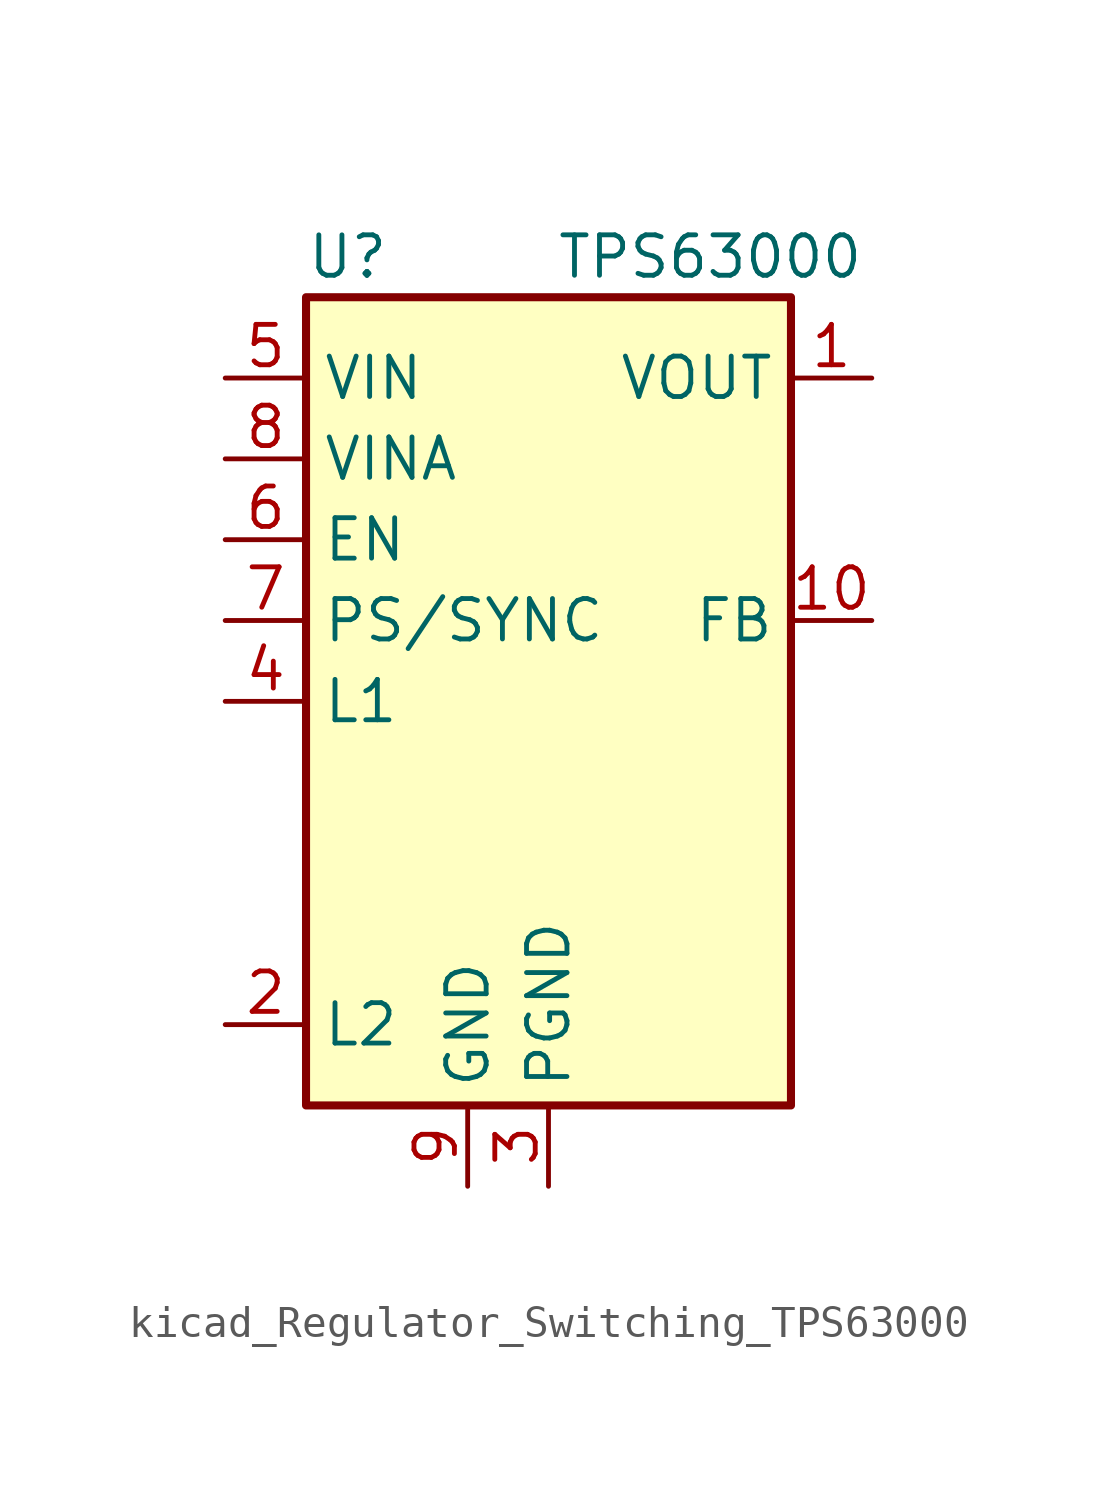
<source format=kicad_sym>
(kicad_symbol_lib
  (version 20220914)
  (generator kicad_symbol_editor)
  (symbol "kicad_Regulator_Switching_TPS63000"
    (property "Reference" "U"
      (at -7.62 13.97 0)
      (effects (font (size 1.27 1.27)) (justify left)))
    (property "Value" "TPS63000"
      (at 5.08 13.97 0)
      (effects (font (size 1.27 1.27))))
    (symbol "kicad_Regulator_Switching_TPS63000_0_1"
      (rectangle (start -7.62 12.7) (end 7.62 -12.7) (stroke (width 0.254) (type default)) (fill (type background))))
    (symbol "kicad_Regulator_Switching_TPS63000_1_1"
      (pin power_out line (at 10.16 10.16 180) (length 2.54) (name "VOUT" (effects (font (size 1.27 1.27)))) (number "1" (effects (font (size 1.27 1.27)))))
      (pin input line (at 10.16 2.54 180) (length 2.54) (name "FB" (effects (font (size 1.27 1.27)))) (number "10" (effects (font (size 1.27 1.27)))))
      (pin passive line (at 0 -15.24 90) (length 2.54) hide (name "PGND" (effects (font (size 1.27 1.27)))) (number "11" (effects (font (size 1.27 1.27)))))
      (pin input line (at -10.16 -10.16 0) (length 2.54) (name "L2" (effects (font (size 1.27 1.27)))) (number "2" (effects (font (size 1.27 1.27)))))
      (pin power_in line (at 0 -15.24 90) (length 2.54) (name "PGND" (effects (font (size 1.27 1.27)))) (number "3" (effects (font (size 1.27 1.27)))))
      (pin input line (at -10.16 0 0) (length 2.54) (name "L1" (effects (font (size 1.27 1.27)))) (number "4" (effects (font (size 1.27 1.27)))))
      (pin power_in line (at -10.16 10.16 0) (length 2.54) (name "VIN" (effects (font (size 1.27 1.27)))) (number "5" (effects (font (size 1.27 1.27)))))
      (pin input line (at -10.16 5.08 0) (length 2.54) (name "EN" (effects (font (size 1.27 1.27)))) (number "6" (effects (font (size 1.27 1.27)))))
      (pin input line (at -10.16 2.54 0) (length 2.54) (name "PS/SYNC" (effects (font (size 1.27 1.27)))) (number "7" (effects (font (size 1.27 1.27)))))
      (pin power_in line (at -10.16 7.62 0) (length 2.54) (name "VINA" (effects (font (size 1.27 1.27)))) (number "8" (effects (font (size 1.27 1.27)))))
      (pin power_in line (at -2.54 -15.24 90) (length 2.54) (name "GND" (effects (font (size 1.27 1.27)))) (number "9" (effects (font (size 1.27 1.27))))))))
</source>
